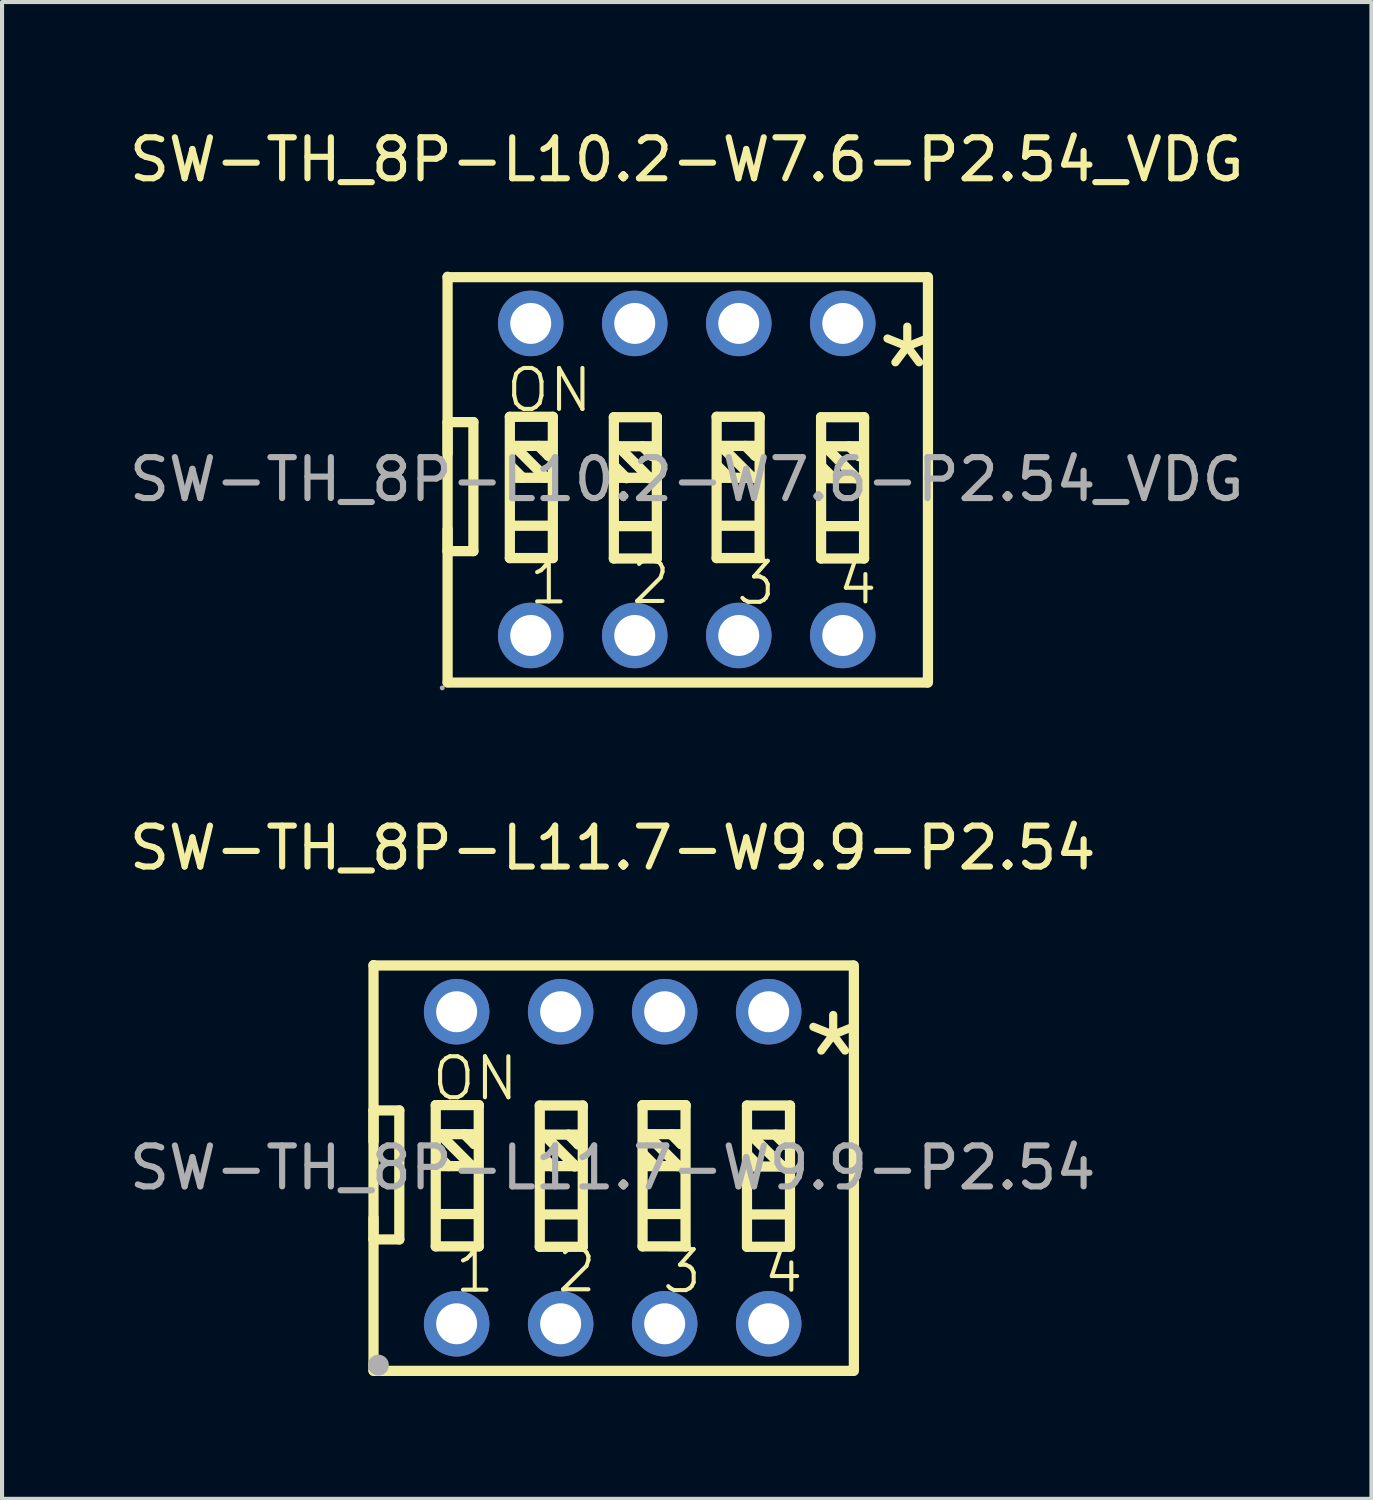
<source format=kicad_pcb>
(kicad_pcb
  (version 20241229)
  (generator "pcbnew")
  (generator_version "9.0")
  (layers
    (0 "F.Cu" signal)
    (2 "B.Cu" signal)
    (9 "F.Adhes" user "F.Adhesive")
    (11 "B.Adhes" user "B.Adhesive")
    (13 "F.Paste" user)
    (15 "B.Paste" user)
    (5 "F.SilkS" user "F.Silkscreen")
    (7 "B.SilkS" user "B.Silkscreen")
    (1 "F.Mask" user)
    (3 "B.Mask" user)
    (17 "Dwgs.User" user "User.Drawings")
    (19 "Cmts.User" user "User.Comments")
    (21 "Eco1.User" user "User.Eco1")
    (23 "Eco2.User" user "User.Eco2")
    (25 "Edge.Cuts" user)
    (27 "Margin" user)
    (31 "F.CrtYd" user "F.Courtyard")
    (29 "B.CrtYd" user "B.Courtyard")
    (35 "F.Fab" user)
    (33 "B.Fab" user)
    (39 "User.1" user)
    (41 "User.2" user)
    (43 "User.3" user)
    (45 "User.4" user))
  (footprint "SW-TH_8P-L10.2-W7.6-P2.54_VDG"
    (layer "F.Cu")
    (at 13.72 8.658)
    (property "Reference" "SW-TH_8P-L10.2-W7.6-P2.54_VDG" (at 0 -7.81 0) (layer "F.SilkS") (effects (font (size 1 1) (thickness 0.15))))
    (attr through_hole)
    (fp_line (start -5.84 -4.95) (end -5.84 4.95) (stroke (width 0.25) (type solid)) (layer "F.SilkS"))
    (fp_line (start -5.84 -4.94) (end 5.86 -4.94) (stroke (width 0.25) (type solid)) (layer "F.SilkS"))
    (fp_line (start -5.84 -1.4) (end -5.21 -1.4) (stroke (width 0.25) (type solid)) (layer "F.SilkS"))
    (fp_line (start -5.84 -0.64) (end -5.84 -1.4) (stroke (width 0.25) (type solid)) (layer "F.SilkS"))
    (fp_line (start -5.84 1.75) (end -5.84 1.22) (stroke (width 0.25) (type solid)) (layer "F.SilkS"))
    (fp_line (start -5.84 4.96) (end 5.86 4.96) (stroke (width 0.25) (type solid)) (layer "F.SilkS"))
    (fp_line (start -5.21 -1.4) (end -5.21 1.75) (stroke (width 0.25) (type solid)) (layer "F.SilkS"))
    (fp_line (start -5.21 1.75) (end -5.84 1.75) (stroke (width 0.25) (type solid)) (layer "F.SilkS"))
    (fp_line (start -4.32 -1.53) (end -4.32 1.92) (stroke (width 0.25) (type solid)) (layer "F.SilkS"))
    (fp_line (start -4.32 1.92) (end -3.27 1.92) (stroke (width 0.25) (type solid)) (layer "F.SilkS"))
    (fp_line (start -4.22 -0.82) (end -3.47 -0.07) (stroke (width 0.25) (type solid)) (layer "F.SilkS"))
    (fp_line (start -4.21 -0.04) (end -3.34 -0.04) (stroke (width 0.25) (type solid)) (layer "F.SilkS"))
    (fp_line (start -4.19 -0.82) (end -3.32 -0.82) (stroke (width 0.25) (type solid)) (layer "F.SilkS"))
    (fp_line (start -4.19 1.13) (end -3.32 1.13) (stroke (width 0.25) (type solid)) (layer "F.SilkS"))
    (fp_line (start -4.01 -0.04) (end -4.28 -0.31) (stroke (width 0.25) (type solid)) (layer "F.SilkS"))
    (fp_line (start -3.62 -0.82) (end -3.38 -0.58) (stroke (width 0.25) (type solid)) (layer "F.SilkS"))
    (fp_line (start -3.47 -0.07) (end -3.47 -0.04) (stroke (width 0.25) (type solid)) (layer "F.SilkS"))
    (fp_line (start -3.38 -0.58) (end -3.35 -0.58) (stroke (width 0.25) (type solid)) (layer "F.SilkS"))
    (fp_line (start -3.27 -1.53) (end -4.32 -1.53) (stroke (width 0.25) (type solid)) (layer "F.SilkS"))
    (fp_line (start -3.27 -1.5) (end -3.27 -1.53) (stroke (width 0.25) (type solid)) (layer "F.SilkS"))
    (fp_line (start -3.27 1.92) (end -3.27 -1.5) (stroke (width 0.25) (type solid)) (layer "F.SilkS"))
    (fp_line (start -1.78 -1.52) (end -1.78 1.93) (stroke (width 0.25) (type solid)) (layer "F.SilkS"))
    (fp_line (start -1.78 1.93) (end -0.73 1.93) (stroke (width 0.25) (type solid)) (layer "F.SilkS"))
    (fp_line (start -1.68 -0.81) (end -0.93 -0.06) (stroke (width 0.25) (type solid)) (layer "F.SilkS"))
    (fp_line (start -1.67 -0.04) (end -0.8 -0.04) (stroke (width 0.25) (type solid)) (layer "F.SilkS"))
    (fp_line (start -1.65 -0.81) (end -0.78 -0.81) (stroke (width 0.25) (type solid)) (layer "F.SilkS"))
    (fp_line (start -1.65 1.14) (end -0.78 1.14) (stroke (width 0.25) (type solid)) (layer "F.SilkS"))
    (fp_line (start -1.47 -0.03) (end -1.74 -0.3) (stroke (width 0.25) (type solid)) (layer "F.SilkS"))
    (fp_line (start -1.08 -0.81) (end -0.84 -0.57) (stroke (width 0.25) (type solid)) (layer "F.SilkS"))
    (fp_line (start -0.93 -0.06) (end -0.93 -0.03) (stroke (width 0.25) (type solid)) (layer "F.SilkS"))
    (fp_line (start -0.84 -0.57) (end -0.81 -0.57) (stroke (width 0.25) (type solid)) (layer "F.SilkS"))
    (fp_line (start -0.73 -1.52) (end -1.78 -1.52) (stroke (width 0.25) (type solid)) (layer "F.SilkS"))
    (fp_line (start -0.73 -1.49) (end -0.73 -1.52) (stroke (width 0.25) (type solid)) (layer "F.SilkS"))
    (fp_line (start -0.73 1.93) (end -0.73 -1.49) (stroke (width 0.25) (type solid)) (layer "F.SilkS"))
    (fp_line (start 0.73 -1.53) (end 0.73 1.92) (stroke (width 0.25) (type solid)) (layer "F.SilkS"))
    (fp_line (start 0.73 1.92) (end 1.78 1.92) (stroke (width 0.25) (type solid)) (layer "F.SilkS"))
    (fp_line (start 0.83 -0.82) (end 1.58 -0.07) (stroke (width 0.25) (type solid)) (layer "F.SilkS"))
    (fp_line (start 0.84 -0.04) (end 1.71 -0.04) (stroke (width 0.25) (type solid)) (layer "F.SilkS"))
    (fp_line (start 0.86 -0.82) (end 1.73 -0.82) (stroke (width 0.25) (type solid)) (layer "F.SilkS"))
    (fp_line (start 0.86 1.13) (end 1.73 1.13) (stroke (width 0.25) (type solid)) (layer "F.SilkS"))
    (fp_line (start 1.04 -0.04) (end 0.77 -0.31) (stroke (width 0.25) (type solid)) (layer "F.SilkS"))
    (fp_line (start 1.43 -0.82) (end 1.67 -0.58) (stroke (width 0.25) (type solid)) (layer "F.SilkS"))
    (fp_line (start 1.58 -0.07) (end 1.58 -0.04) (stroke (width 0.25) (type solid)) (layer "F.SilkS"))
    (fp_line (start 1.67 -0.58) (end 1.7 -0.58) (stroke (width 0.25) (type solid)) (layer "F.SilkS"))
    (fp_line (start 1.78 -1.53) (end 0.73 -1.53) (stroke (width 0.25) (type solid)) (layer "F.SilkS"))
    (fp_line (start 1.78 -1.5) (end 1.78 -1.53) (stroke (width 0.25) (type solid)) (layer "F.SilkS"))
    (fp_line (start 1.78 1.92) (end 1.78 -1.5) (stroke (width 0.25) (type solid)) (layer "F.SilkS"))
    (fp_line (start 3.28 -1.52) (end 3.28 1.93) (stroke (width 0.25) (type solid)) (layer "F.SilkS"))
    (fp_line (start 3.28 1.93) (end 4.33 1.93) (stroke (width 0.25) (type solid)) (layer "F.SilkS"))
    (fp_line (start 3.37 -0.81) (end 4.12 -0.06) (stroke (width 0.25) (type solid)) (layer "F.SilkS"))
    (fp_line (start 3.38 -0.03) (end 4.25 -0.03) (stroke (width 0.25) (type solid)) (layer "F.SilkS"))
    (fp_line (start 3.4 -0.81) (end 4.27 -0.81) (stroke (width 0.25) (type solid)) (layer "F.SilkS"))
    (fp_line (start 3.4 1.14) (end 4.27 1.14) (stroke (width 0.25) (type solid)) (layer "F.SilkS"))
    (fp_line (start 3.58 -0.03) (end 3.31 -0.3) (stroke (width 0.25) (type solid)) (layer "F.SilkS"))
    (fp_line (start 3.97 -0.81) (end 4.21 -0.57) (stroke (width 0.25) (type solid)) (layer "F.SilkS"))
    (fp_line (start 4.12 -0.06) (end 4.12 -0.03) (stroke (width 0.25) (type solid)) (layer "F.SilkS"))
    (fp_line (start 4.21 -0.57) (end 4.24 -0.57) (stroke (width 0.25) (type solid)) (layer "F.SilkS"))
    (fp_line (start 4.33 -1.52) (end 3.28 -1.52) (stroke (width 0.25) (type solid)) (layer "F.SilkS"))
    (fp_line (start 4.33 -1.49) (end 4.33 -1.52) (stroke (width 0.25) (type solid)) (layer "F.SilkS"))
    (fp_line (start 4.33 1.93) (end 4.33 -1.49) (stroke (width 0.25) (type solid)) (layer "F.SilkS"))
    (fp_line (start 5.89 -4.94) (end 5.89 4.96) (stroke (width 0.25) (type solid)) (layer "F.SilkS"))
    (fp_circle (center -5.97 5.09) (end -5.94 5.09) (stroke (width 0.06) (type solid)) (fill no) (layer "F.Fab"))
    (fp_circle (center -3.81 -3.81) (end -3.61 -3.81) (stroke (width 0.4) (type solid)) (fill no) (layer "F.Fab"))
    (fp_circle (center -3.81 3.81) (end -3.61 3.81) (stroke (width 0.4) (type solid)) (fill no) (layer "F.Fab"))
    (fp_circle (center -1.27 -3.81) (end -1.07 -3.81) (stroke (width 0.4) (type solid)) (fill no) (layer "F.Fab"))
    (fp_circle (center -1.27 3.81) (end -1.07 3.81) (stroke (width 0.4) (type solid)) (fill no) (layer "F.Fab"))
    (fp_circle (center 1.27 -3.81) (end 1.47 -3.81) (stroke (width 0.4) (type solid)) (fill no) (layer "F.Fab"))
    (fp_circle (center 1.27 3.81) (end 1.47 3.81) (stroke (width 0.4) (type solid)) (fill no) (layer "F.Fab"))
    (fp_circle (center 3.81 -3.81) (end 4.01 -3.81) (stroke (width 0.4) (type solid)) (fill no) (layer "F.Fab"))
    (fp_circle (center 3.81 3.81) (end 4.01 3.81) (stroke (width 0.4) (type solid)) (fill no) (layer "F.Fab"))
    (fp_text user "1" (at -3.91 2.52 0) (layer "F.SilkS") (effects (font (size 1 1) (thickness 0.1)) (justify left)))
    (fp_text user "ON" (at -4.47 -2.18 0) (layer "F.SilkS") (effects (font (size 1 1) (thickness 0.1)) (justify left)))
    (fp_text user "2" (at -1.42 2.51 0) (layer "F.SilkS") (effects (font (size 1 1) (thickness 0.1)) (justify left)))
    (fp_text user "3" (at 1.15 2.53 0) (layer "F.SilkS") (effects (font (size 1 1) (thickness 0.1)) (justify left)))
    (fp_text user "4" (at 3.63 2.52 0) (layer "F.SilkS") (effects (font (size 1 1) (thickness 0.1)) (justify left)))
    (fp_text user "*" (at 4.48 -2.63 0) (layer "F.SilkS") (effects (font (size 2.03 2.03) (thickness 0.2)) (justify left)))
    (fp_text user "${REFERENCE}" (at 0 0 0) (layer "F.Fab") (effects (font (size 1 1) (thickness 0.15))))
    (pad "1" thru_hole circle (at -3.81 3.81) (size 1.6 1.6) (drill 1) (layers "*.Cu" "*.Paste" "*.Mask"))
    (pad "2" thru_hole circle (at -1.27 3.81) (size 1.6 1.6) (drill 1) (layers "*.Cu" "*.Paste" "*.Mask"))
    (pad "3" thru_hole circle (at 1.27 3.81) (size 1.6 1.6) (drill 1) (layers "*.Cu" "*.Paste" "*.Mask"))
    (pad "4" thru_hole circle (at 3.81 3.81) (size 1.6 1.6) (drill 1) (layers "*.Cu" "*.Paste" "*.Mask"))
    (pad "5" thru_hole circle (at 3.81 -3.81) (size 1.6 1.6) (drill 1) (layers "*.Cu" "*.Paste" "*.Mask"))
    (pad "6" thru_hole circle (at 1.27 -3.81) (size 1.6 1.6) (drill 1) (layers "*.Cu" "*.Paste" "*.Mask"))
    (pad "7" thru_hole circle (at -1.27 -3.81) (size 1.6 1.6) (drill 1) (layers "*.Cu" "*.Paste" "*.Mask"))
    (pad "8" thru_hole circle (at -3.81 -3.81) (size 1.6 1.6) (drill 1) (layers "*.Cu" "*.Paste" "*.Mask")))
  (footprint "SW-TH_8P-L11.7-W9.9-P2.54"
    (layer "F.Cu")
    (at 11.911 25.466)
    (property "Reference" "SW-TH_8P-L11.7-W9.9-P2.54" (at 0 -7.81 0) (layer "F.SilkS") (effects (font (size 1 1) (thickness 0.15))))
    (attr through_hole)
    (fp_line (start -5.84 -4.95) (end -5.84 4.95) (stroke (width 0.25) (type solid)) (layer "F.SilkS"))
    (fp_line (start -5.84 -4.94) (end 5.86 -4.94) (stroke (width 0.25) (type solid)) (layer "F.SilkS"))
    (fp_line (start -5.84 -1.4) (end -5.21 -1.4) (stroke (width 0.25) (type solid)) (layer "F.SilkS"))
    (fp_line (start -5.84 -0.64) (end -5.84 -1.4) (stroke (width 0.25) (type solid)) (layer "F.SilkS"))
    (fp_line (start -5.84 1.75) (end -5.84 1.22) (stroke (width 0.25) (type solid)) (layer "F.SilkS"))
    (fp_line (start -5.84 4.96) (end 5.86 4.96) (stroke (width 0.25) (type solid)) (layer "F.SilkS"))
    (fp_line (start -5.21 -1.4) (end -5.21 1.75) (stroke (width 0.25) (type solid)) (layer "F.SilkS"))
    (fp_line (start -5.21 1.75) (end -5.84 1.75) (stroke (width 0.25) (type solid)) (layer "F.SilkS"))
    (fp_line (start -4.32 -1.53) (end -4.32 1.92) (stroke (width 0.25) (type solid)) (layer "F.SilkS"))
    (fp_line (start -4.32 1.92) (end -3.27 1.92) (stroke (width 0.25) (type solid)) (layer "F.SilkS"))
    (fp_line (start -4.22 -0.82) (end -3.47 -0.07) (stroke (width 0.25) (type solid)) (layer "F.SilkS"))
    (fp_line (start -4.21 -0.04) (end -3.34 -0.04) (stroke (width 0.25) (type solid)) (layer "F.SilkS"))
    (fp_line (start -4.19 -0.82) (end -3.32 -0.82) (stroke (width 0.25) (type solid)) (layer "F.SilkS"))
    (fp_line (start -4.19 1.13) (end -3.32 1.13) (stroke (width 0.25) (type solid)) (layer "F.SilkS"))
    (fp_line (start -4.01 -0.04) (end -4.28 -0.31) (stroke (width 0.25) (type solid)) (layer "F.SilkS"))
    (fp_line (start -3.62 -0.82) (end -3.38 -0.58) (stroke (width 0.25) (type solid)) (layer "F.SilkS"))
    (fp_line (start -3.47 -0.07) (end -3.47 -0.04) (stroke (width 0.25) (type solid)) (layer "F.SilkS"))
    (fp_line (start -3.38 -0.58) (end -3.35 -0.58) (stroke (width 0.25) (type solid)) (layer "F.SilkS"))
    (fp_line (start -3.27 -1.53) (end -4.32 -1.53) (stroke (width 0.25) (type solid)) (layer "F.SilkS"))
    (fp_line (start -3.27 -1.5) (end -3.27 -1.53) (stroke (width 0.25) (type solid)) (layer "F.SilkS"))
    (fp_line (start -3.27 1.92) (end -3.27 -1.5) (stroke (width 0.25) (type solid)) (layer "F.SilkS"))
    (fp_line (start -1.78 -1.52) (end -1.78 1.93) (stroke (width 0.25) (type solid)) (layer "F.SilkS"))
    (fp_line (start -1.78 1.93) (end -0.73 1.93) (stroke (width 0.25) (type solid)) (layer "F.SilkS"))
    (fp_line (start -1.68 -0.81) (end -0.93 -0.06) (stroke (width 0.25) (type solid)) (layer "F.SilkS"))
    (fp_line (start -1.67 -0.04) (end -0.8 -0.04) (stroke (width 0.25) (type solid)) (layer "F.SilkS"))
    (fp_line (start -1.65 -0.81) (end -0.78 -0.81) (stroke (width 0.25) (type solid)) (layer "F.SilkS"))
    (fp_line (start -1.65 1.14) (end -0.78 1.14) (stroke (width 0.25) (type solid)) (layer "F.SilkS"))
    (fp_line (start -1.47 -0.03) (end -1.74 -0.3) (stroke (width 0.25) (type solid)) (layer "F.SilkS"))
    (fp_line (start -1.08 -0.81) (end -0.84 -0.57) (stroke (width 0.25) (type solid)) (layer "F.SilkS"))
    (fp_line (start -0.93 -0.06) (end -0.93 -0.03) (stroke (width 0.25) (type solid)) (layer "F.SilkS"))
    (fp_line (start -0.84 -0.57) (end -0.81 -0.57) (stroke (width 0.25) (type solid)) (layer "F.SilkS"))
    (fp_line (start -0.73 -1.52) (end -1.78 -1.52) (stroke (width 0.25) (type solid)) (layer "F.SilkS"))
    (fp_line (start -0.73 -1.49) (end -0.73 -1.52) (stroke (width 0.25) (type solid)) (layer "F.SilkS"))
    (fp_line (start -0.73 1.93) (end -0.73 -1.49) (stroke (width 0.25) (type solid)) (layer "F.SilkS"))
    (fp_line (start 0.73 -1.53) (end 0.73 1.92) (stroke (width 0.25) (type solid)) (layer "F.SilkS"))
    (fp_line (start 0.73 1.92) (end 1.78 1.92) (stroke (width 0.25) (type solid)) (layer "F.SilkS"))
    (fp_line (start 0.83 -0.82) (end 1.58 -0.07) (stroke (width 0.25) (type solid)) (layer "F.SilkS"))
    (fp_line (start 0.84 -0.04) (end 1.71 -0.04) (stroke (width 0.25) (type solid)) (layer "F.SilkS"))
    (fp_line (start 0.86 -0.82) (end 1.73 -0.82) (stroke (width 0.25) (type solid)) (layer "F.SilkS"))
    (fp_line (start 0.86 1.13) (end 1.73 1.13) (stroke (width 0.25) (type solid)) (layer "F.SilkS"))
    (fp_line (start 1.04 -0.04) (end 0.77 -0.31) (stroke (width 0.25) (type solid)) (layer "F.SilkS"))
    (fp_line (start 1.43 -0.82) (end 1.67 -0.58) (stroke (width 0.25) (type solid)) (layer "F.SilkS"))
    (fp_line (start 1.58 -0.07) (end 1.58 -0.04) (stroke (width 0.25) (type solid)) (layer "F.SilkS"))
    (fp_line (start 1.67 -0.58) (end 1.7 -0.58) (stroke (width 0.25) (type solid)) (layer "F.SilkS"))
    (fp_line (start 1.78 -1.53) (end 0.73 -1.53) (stroke (width 0.25) (type solid)) (layer "F.SilkS"))
    (fp_line (start 1.78 -1.5) (end 1.78 -1.53) (stroke (width 0.25) (type solid)) (layer "F.SilkS"))
    (fp_line (start 1.78 1.92) (end 1.78 -1.5) (stroke (width 0.25) (type solid)) (layer "F.SilkS"))
    (fp_line (start 3.28 -1.52) (end 3.28 1.93) (stroke (width 0.25) (type solid)) (layer "F.SilkS"))
    (fp_line (start 3.28 1.93) (end 4.33 1.93) (stroke (width 0.25) (type solid)) (layer "F.SilkS"))
    (fp_line (start 3.37 -0.81) (end 4.12 -0.06) (stroke (width 0.25) (type solid)) (layer "F.SilkS"))
    (fp_line (start 3.38 -0.03) (end 4.25 -0.03) (stroke (width 0.25) (type solid)) (layer "F.SilkS"))
    (fp_line (start 3.4 -0.81) (end 4.27 -0.81) (stroke (width 0.25) (type solid)) (layer "F.SilkS"))
    (fp_line (start 3.4 1.14) (end 4.27 1.14) (stroke (width 0.25) (type solid)) (layer "F.SilkS"))
    (fp_line (start 3.58 -0.03) (end 3.31 -0.3) (stroke (width 0.25) (type solid)) (layer "F.SilkS"))
    (fp_line (start 3.97 -0.81) (end 4.21 -0.57) (stroke (width 0.25) (type solid)) (layer "F.SilkS"))
    (fp_line (start 4.12 -0.06) (end 4.12 -0.03) (stroke (width 0.25) (type solid)) (layer "F.SilkS"))
    (fp_line (start 4.21 -0.57) (end 4.24 -0.57) (stroke (width 0.25) (type solid)) (layer "F.SilkS"))
    (fp_line (start 4.33 -1.52) (end 3.28 -1.52) (stroke (width 0.25) (type solid)) (layer "F.SilkS"))
    (fp_line (start 4.33 -1.49) (end 4.33 -1.52) (stroke (width 0.25) (type solid)) (layer "F.SilkS"))
    (fp_line (start 4.33 1.93) (end 4.33 -1.49) (stroke (width 0.25) (type solid)) (layer "F.SilkS"))
    (fp_line (start 5.89 -4.94) (end 5.89 4.96) (stroke (width 0.25) (type solid)) (layer "F.SilkS"))
    (fp_circle (center -5.72 4.82) (end -5.59 4.82) (stroke (width 0.25) (type solid)) (fill no) (layer "F.Fab"))
    (fp_circle (center -3.81 -3.81) (end -3.66 -3.81) (stroke (width 0.3) (type solid)) (fill no) (layer "F.Fab"))
    (fp_circle (center -3.81 3.81) (end -3.66 3.81) (stroke (width 0.3) (type solid)) (fill no) (layer "F.Fab"))
    (fp_circle (center -1.27 -3.81) (end -1.12 -3.81) (stroke (width 0.3) (type solid)) (fill no) (layer "F.Fab"))
    (fp_circle (center -1.27 3.81) (end -1.12 3.81) (stroke (width 0.3) (type solid)) (fill no) (layer "F.Fab"))
    (fp_circle (center 1.27 -3.81) (end 1.42 -3.81) (stroke (width 0.3) (type solid)) (fill no) (layer "F.Fab"))
    (fp_circle (center 1.27 3.81) (end 1.42 3.81) (stroke (width 0.3) (type solid)) (fill no) (layer "F.Fab"))
    (fp_circle (center 3.81 -3.81) (end 3.96 -3.81) (stroke (width 0.3) (type solid)) (fill no) (layer "F.Fab"))
    (fp_circle (center 3.81 3.81) (end 3.96 3.81) (stroke (width 0.3) (type solid)) (fill no) (layer "F.Fab"))
    (fp_text user "1" (at -3.91 2.52 0) (layer "F.SilkS") (effects (font (size 1 1) (thickness 0.1)) (justify left)))
    (fp_text user "4" (at 3.63 2.52 0) (layer "F.SilkS") (effects (font (size 1 1) (thickness 0.1)) (justify left)))
    (fp_text user "*" (at 4.48 -2.63 0) (layer "F.SilkS") (effects (font (size 2.03 2.03) (thickness 0.2)) (justify left)))
    (fp_text user "ON" (at -4.47 -2.18 0) (layer "F.SilkS") (effects (font (size 1 1) (thickness 0.1)) (justify left)))
    (fp_text user "3" (at 1.15 2.53 0) (layer "F.SilkS") (effects (font (size 1 1) (thickness 0.1)) (justify left)))
    (fp_text user "2" (at -1.42 2.51 0) (layer "F.SilkS") (effects (font (size 1 1) (thickness 0.1)) (justify left)))
    (fp_text user "${REFERENCE}" (at 0 0 0) (layer "F.Fab") (effects (font (size 1 1) (thickness 0.15))))
    (pad "1" thru_hole circle (at -3.81 3.81) (size 1.6 1.6) (drill 1) (layers "*.Cu" "*.Paste" "*.Mask"))
    (pad "2" thru_hole circle (at -1.27 3.81) (size 1.6 1.6) (drill 1) (layers "*.Cu" "*.Paste" "*.Mask"))
    (pad "3" thru_hole circle (at 1.27 3.81) (size 1.6 1.6) (drill 1) (layers "*.Cu" "*.Paste" "*.Mask"))
    (pad "4" thru_hole circle (at 3.81 3.81) (size 1.6 1.6) (drill 1) (layers "*.Cu" "*.Paste" "*.Mask"))
    (pad "5" thru_hole circle (at 3.81 -3.81) (size 1.6 1.6) (drill 1) (layers "*.Cu" "*.Paste" "*.Mask"))
    (pad "6" thru_hole circle (at 1.27 -3.81) (size 1.6 1.6) (drill 1) (layers "*.Cu" "*.Paste" "*.Mask"))
    (pad "7" thru_hole circle (at -1.27 -3.81) (size 1.6 1.6) (drill 1) (layers "*.Cu" "*.Paste" "*.Mask"))
    (pad "8" thru_hole circle (at -3.81 -3.81) (size 1.6 1.6) (drill 1) (layers "*.Cu" "*.Paste" "*.Mask")))
  (gr_rect
    (start -3 -3)
    (end 30.44 33.551)
    (stroke (width 0.1) (type default))
    (fill no)
    (layer "Edge.Cuts")))
</source>
